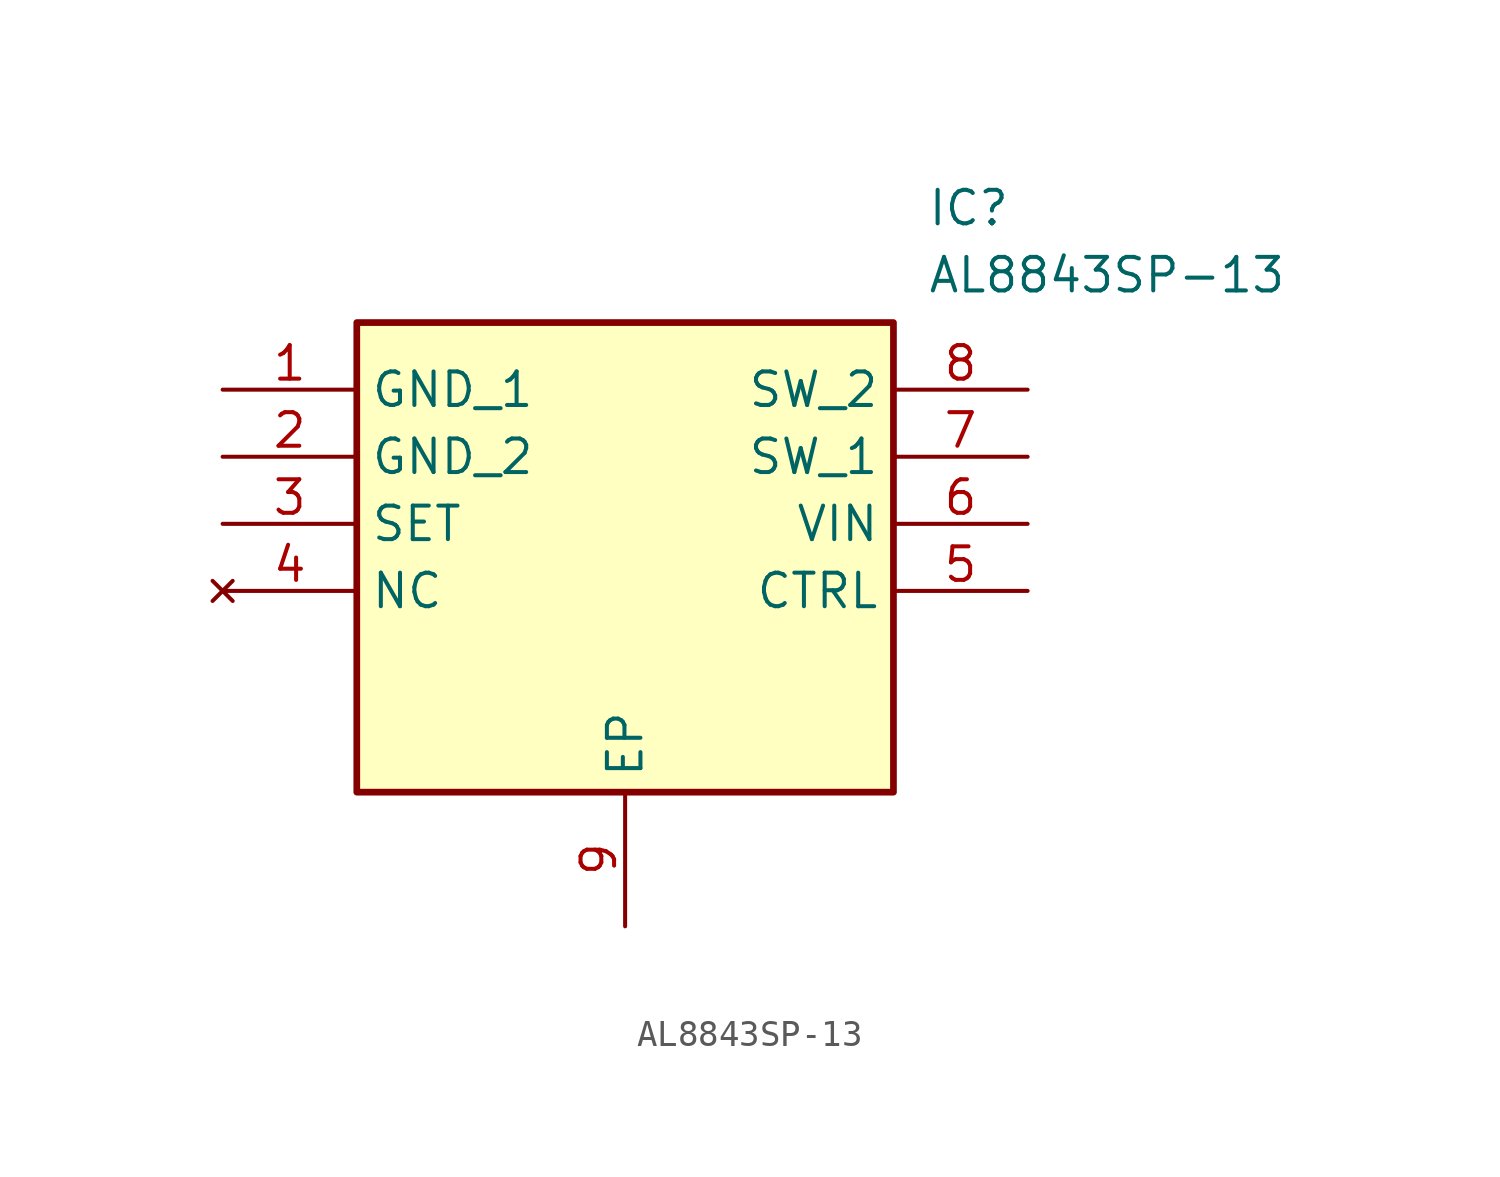
<source format=kicad_sym>
(kicad_symbol_lib
  (version 20241209)
  (generator "kicad_symbol_editor")
  (generator_version "9.0")
  (symbol "AL8843SP-13"
    (property "Reference" "IC"
      (at 26.67 7.62 0)
      (effects (font (size 1.27 1.27)) (justify left top)))
    (property "Value" "AL8843SP-13"
      (at 26.67 5.08 0)
      (effects (font (size 1.27 1.27)) (justify left top)))
    (symbol "AL8843SP-13_1_1"
      (rectangle (start 5.08 2.54) (end 25.4 -15.24) (stroke (width 0.254) (type default)) (fill (type background)))
      (pin passive line (at 0 0 0) (length 5.08) (name "GND_1" (effects (font (size 1.27 1.27)))) (number "1" (effects (font (size 1.27 1.27)))))
      (pin passive line (at 0 -2.54 0) (length 5.08) (name "GND_2" (effects (font (size 1.27 1.27)))) (number "2" (effects (font (size 1.27 1.27)))))
      (pin passive line (at 0 -5.08 0) (length 5.08) (name "SET" (effects (font (size 1.27 1.27)))) (number "3" (effects (font (size 1.27 1.27)))))
      (pin no_connect line (at 0 -7.62 0) (length 5.08) (name "NC" (effects (font (size 1.27 1.27)))) (number "4" (effects (font (size 1.27 1.27)))))
      (pin passive line (at 15.24 -20.32 90) (length 5.08) (name "EP" (effects (font (size 1.27 1.27)))) (number "9" (effects (font (size 1.27 1.27)))))
      (pin passive line (at 30.48 0 180) (length 5.08) (name "SW_2" (effects (font (size 1.27 1.27)))) (number "8" (effects (font (size 1.27 1.27)))))
      (pin passive line (at 30.48 -2.54 180) (length 5.08) (name "SW_1" (effects (font (size 1.27 1.27)))) (number "7" (effects (font (size 1.27 1.27)))))
      (pin passive line (at 30.48 -5.08 180) (length 5.08) (name "VIN" (effects (font (size 1.27 1.27)))) (number "6" (effects (font (size 1.27 1.27)))))
      (pin passive line (at 30.48 -7.62 180) (length 5.08) (name "CTRL" (effects (font (size 1.27 1.27)))) (number "5" (effects (font (size 1.27 1.27))))))))
</source>
